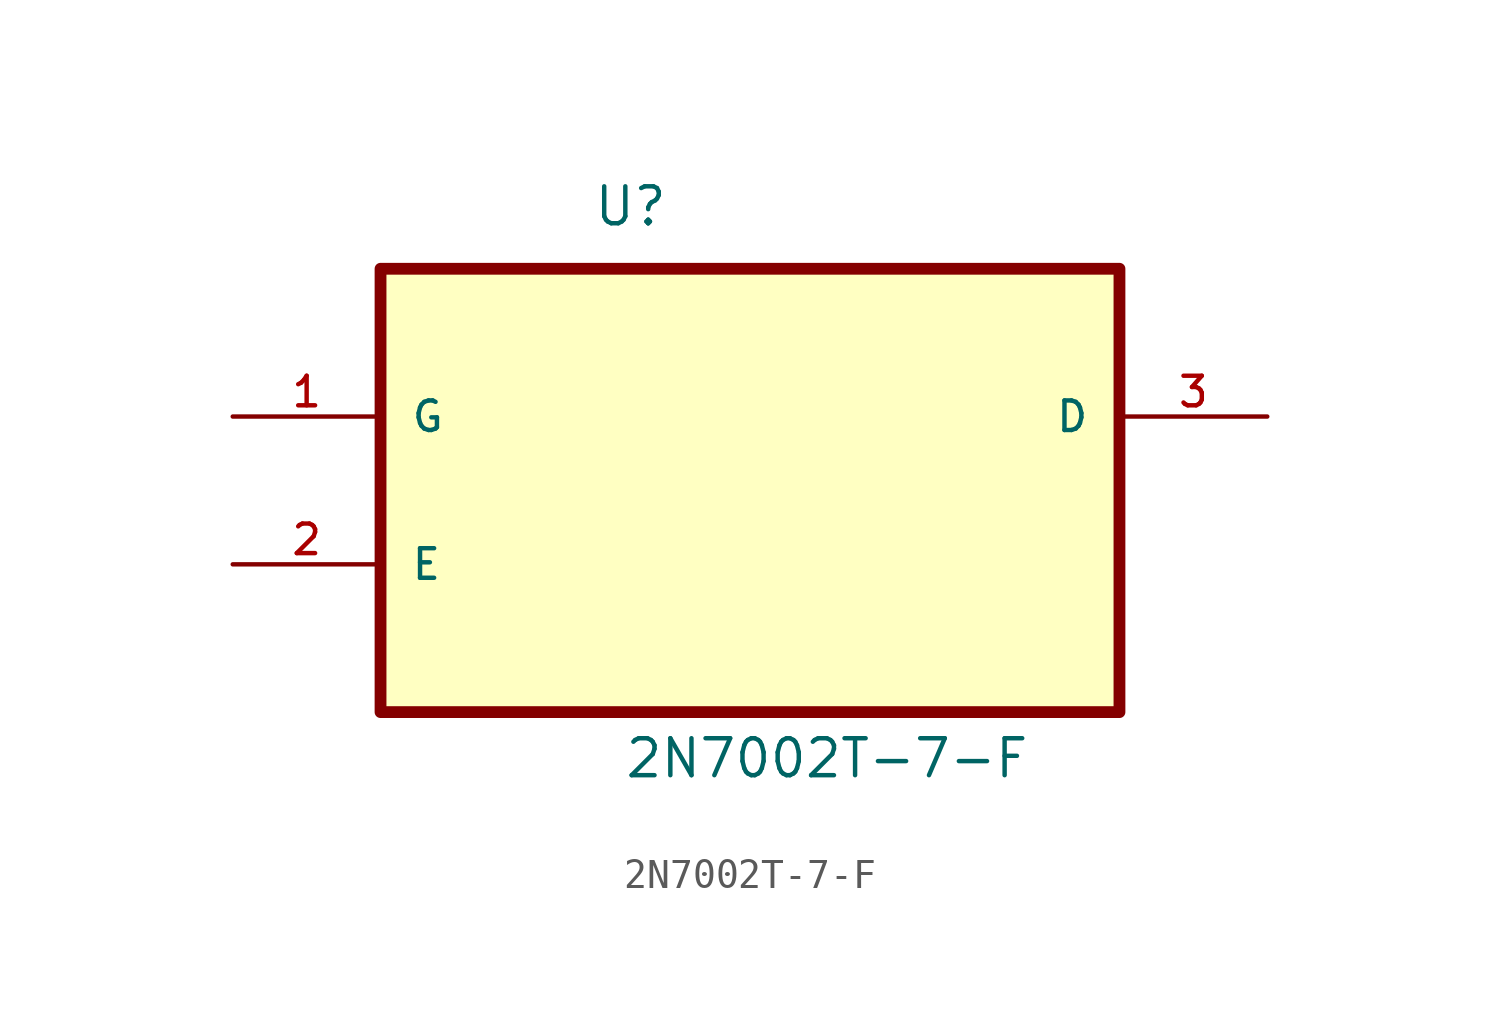
<source format=kicad_sym>
(kicad_symbol_lib
  (version 20211014)
  (generator kicad_symbol_editor)
  (symbol "2N7002T-7-F"
    (pin_names
      (offset 1.016))
    (property "Reference" "U"
      (at -5.414 6.481 0.0)
      (effects (font (size 1.27 1.27)) (justify bottom left)))
    (property "Value" "2N7002T-7-F"
      (at -4.35 -12.491 0.0)
      (effects (font (size 1.27 1.27)) (justify bottom left)))
    (symbol "2N7002T-7-F_0_0"
      (rectangle (start -12.7 -10.16) (end 12.7 5.08) (stroke (width 0.406)) (fill (type background)))
      (pin passive line (at -17.78 0.0 0) (length 5.08) (name "G" (effects (font (size 1.016 1.016)))) (number "1" (effects (font (size 1.016 1.016)))))
      (pin passive line (at -17.78 -5.08 0) (length 5.08) (name "E" (effects (font (size 1.016 1.016)))) (number "2" (effects (font (size 1.016 1.016)))))
      (pin passive line (at 17.78 0.0 180.0) (length 5.08) (name "D" (effects (font (size 1.016 1.016)))) (number "3" (effects (font (size 1.016 1.016))))))))
</source>
